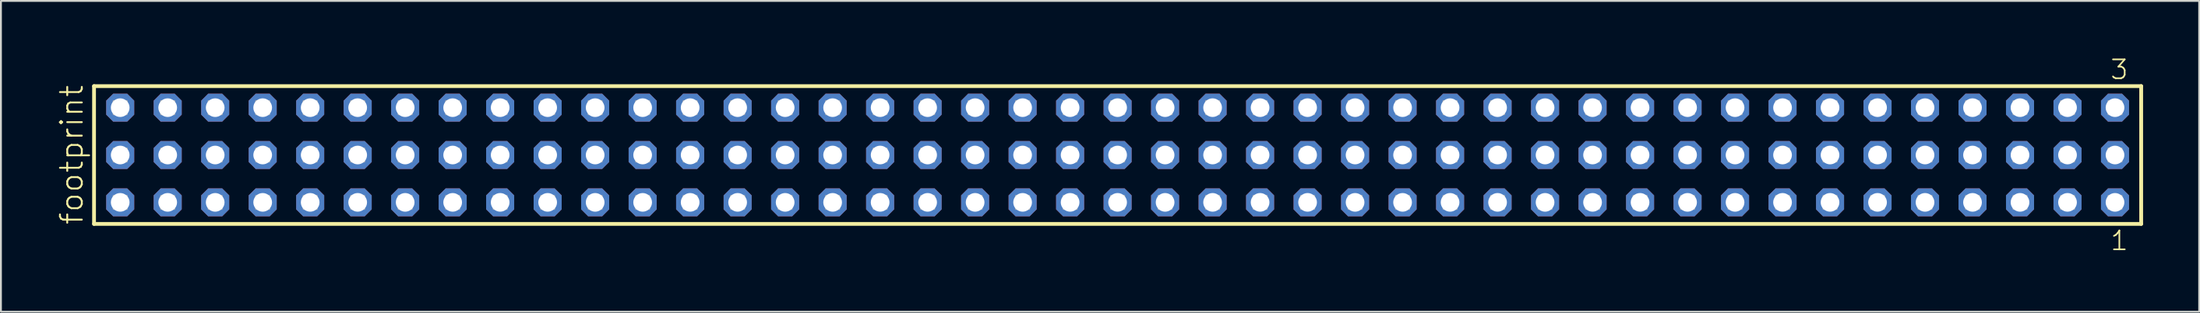
<source format=kicad_pcb>
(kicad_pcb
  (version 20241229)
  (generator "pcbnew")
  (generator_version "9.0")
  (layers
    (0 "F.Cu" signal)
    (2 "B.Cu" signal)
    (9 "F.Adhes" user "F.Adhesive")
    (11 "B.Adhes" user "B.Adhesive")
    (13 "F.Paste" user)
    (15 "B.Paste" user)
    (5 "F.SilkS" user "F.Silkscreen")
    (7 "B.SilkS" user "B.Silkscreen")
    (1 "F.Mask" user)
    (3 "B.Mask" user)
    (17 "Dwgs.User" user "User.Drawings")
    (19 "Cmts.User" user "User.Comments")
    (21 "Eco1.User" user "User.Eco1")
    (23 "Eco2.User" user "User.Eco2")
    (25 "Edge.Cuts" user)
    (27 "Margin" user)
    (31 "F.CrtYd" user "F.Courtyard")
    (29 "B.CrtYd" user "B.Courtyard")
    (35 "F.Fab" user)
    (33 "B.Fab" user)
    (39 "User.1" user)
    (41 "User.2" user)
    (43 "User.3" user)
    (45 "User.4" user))
  (footprint "footprint"
    (layer "F.Cu")
    (at 56.718 5.265)
    (property "Reference" "footprint" (at -55.245 3.81 90) (layer "F.SilkS") (effects (font (size 1.168 1.168) (thickness 0.102)) (justify left bottom)))
    (fp_line (start -54.739 -3.695) (end 54.739 -3.695) (stroke (width 0.203) (type solid)) (layer "F.SilkS"))
    (fp_line (start -54.739 3.695) (end -54.739 -3.695) (stroke (width 0.203) (type solid)) (layer "F.SilkS"))
    (fp_line (start 54.739 -3.695) (end 54.739 3.695) (stroke (width 0.203) (type solid)) (layer "F.SilkS"))
    (fp_line (start 54.739 3.695) (end -54.739 3.695) (stroke (width 0.203) (type solid)) (layer "F.SilkS"))
    (fp_poly (pts (xy -53.69 -2.19) (xy -52.99 -2.19) (xy -52.99 -2.89) (xy -53.69 -2.89)) (stroke (width 0.1) (type solid)) (fill no) (layer "F.Fab"))
    (fp_poly (pts (xy -53.69 0.35) (xy -52.99 0.35) (xy -52.99 -0.35) (xy -53.69 -0.35)) (stroke (width 0.1) (type solid)) (fill no) (layer "F.Fab"))
    (fp_poly (pts (xy -53.69 2.89) (xy -52.99 2.89) (xy -52.99 2.19) (xy -53.69 2.19)) (stroke (width 0.1) (type solid)) (fill no) (layer "F.Fab"))
    (fp_poly (pts (xy -51.15 -2.19) (xy -50.45 -2.19) (xy -50.45 -2.89) (xy -51.15 -2.89)) (stroke (width 0.1) (type solid)) (fill no) (layer "F.Fab"))
    (fp_poly (pts (xy -51.15 0.35) (xy -50.45 0.35) (xy -50.45 -0.35) (xy -51.15 -0.35)) (stroke (width 0.1) (type solid)) (fill no) (layer "F.Fab"))
    (fp_poly (pts (xy -51.15 2.89) (xy -50.45 2.89) (xy -50.45 2.19) (xy -51.15 2.19)) (stroke (width 0.1) (type solid)) (fill no) (layer "F.Fab"))
    (fp_poly (pts (xy -48.61 -2.19) (xy -47.91 -2.19) (xy -47.91 -2.89) (xy -48.61 -2.89)) (stroke (width 0.1) (type solid)) (fill no) (layer "F.Fab"))
    (fp_poly (pts (xy -48.61 0.35) (xy -47.91 0.35) (xy -47.91 -0.35) (xy -48.61 -0.35)) (stroke (width 0.1) (type solid)) (fill no) (layer "F.Fab"))
    (fp_poly (pts (xy -48.61 2.89) (xy -47.91 2.89) (xy -47.91 2.19) (xy -48.61 2.19)) (stroke (width 0.1) (type solid)) (fill no) (layer "F.Fab"))
    (fp_poly (pts (xy -46.07 -2.19) (xy -45.37 -2.19) (xy -45.37 -2.89) (xy -46.07 -2.89)) (stroke (width 0.1) (type solid)) (fill no) (layer "F.Fab"))
    (fp_poly (pts (xy -46.07 0.35) (xy -45.37 0.35) (xy -45.37 -0.35) (xy -46.07 -0.35)) (stroke (width 0.1) (type solid)) (fill no) (layer "F.Fab"))
    (fp_poly (pts (xy -46.07 2.89) (xy -45.37 2.89) (xy -45.37 2.19) (xy -46.07 2.19)) (stroke (width 0.1) (type solid)) (fill no) (layer "F.Fab"))
    (fp_poly (pts (xy -43.53 -2.19) (xy -42.83 -2.19) (xy -42.83 -2.89) (xy -43.53 -2.89)) (stroke (width 0.1) (type solid)) (fill no) (layer "F.Fab"))
    (fp_poly (pts (xy -43.53 0.35) (xy -42.83 0.35) (xy -42.83 -0.35) (xy -43.53 -0.35)) (stroke (width 0.1) (type solid)) (fill no) (layer "F.Fab"))
    (fp_poly (pts (xy -43.53 2.89) (xy -42.83 2.89) (xy -42.83 2.19) (xy -43.53 2.19)) (stroke (width 0.1) (type solid)) (fill no) (layer "F.Fab"))
    (fp_poly (pts (xy -40.99 -2.19) (xy -40.29 -2.19) (xy -40.29 -2.89) (xy -40.99 -2.89)) (stroke (width 0.1) (type solid)) (fill no) (layer "F.Fab"))
    (fp_poly (pts (xy -40.99 0.35) (xy -40.29 0.35) (xy -40.29 -0.35) (xy -40.99 -0.35)) (stroke (width 0.1) (type solid)) (fill no) (layer "F.Fab"))
    (fp_poly (pts (xy -40.99 2.89) (xy -40.29 2.89) (xy -40.29 2.19) (xy -40.99 2.19)) (stroke (width 0.1) (type solid)) (fill no) (layer "F.Fab"))
    (fp_poly (pts (xy -38.45 -2.19) (xy -37.75 -2.19) (xy -37.75 -2.89) (xy -38.45 -2.89)) (stroke (width 0.1) (type solid)) (fill no) (layer "F.Fab"))
    (fp_poly (pts (xy -38.45 0.35) (xy -37.75 0.35) (xy -37.75 -0.35) (xy -38.45 -0.35)) (stroke (width 0.1) (type solid)) (fill no) (layer "F.Fab"))
    (fp_poly (pts (xy -38.45 2.89) (xy -37.75 2.89) (xy -37.75 2.19) (xy -38.45 2.19)) (stroke (width 0.1) (type solid)) (fill no) (layer "F.Fab"))
    (fp_poly (pts (xy -35.91 -2.19) (xy -35.21 -2.19) (xy -35.21 -2.89) (xy -35.91 -2.89)) (stroke (width 0.1) (type solid)) (fill no) (layer "F.Fab"))
    (fp_poly (pts (xy -35.91 0.35) (xy -35.21 0.35) (xy -35.21 -0.35) (xy -35.91 -0.35)) (stroke (width 0.1) (type solid)) (fill no) (layer "F.Fab"))
    (fp_poly (pts (xy -35.91 2.89) (xy -35.21 2.89) (xy -35.21 2.19) (xy -35.91 2.19)) (stroke (width 0.1) (type solid)) (fill no) (layer "F.Fab"))
    (fp_poly (pts (xy -33.37 -2.19) (xy -32.67 -2.19) (xy -32.67 -2.89) (xy -33.37 -2.89)) (stroke (width 0.1) (type solid)) (fill no) (layer "F.Fab"))
    (fp_poly (pts (xy -33.37 0.35) (xy -32.67 0.35) (xy -32.67 -0.35) (xy -33.37 -0.35)) (stroke (width 0.1) (type solid)) (fill no) (layer "F.Fab"))
    (fp_poly (pts (xy -33.37 2.89) (xy -32.67 2.89) (xy -32.67 2.19) (xy -33.37 2.19)) (stroke (width 0.1) (type solid)) (fill no) (layer "F.Fab"))
    (fp_poly (pts (xy -30.83 -2.19) (xy -30.13 -2.19) (xy -30.13 -2.89) (xy -30.83 -2.89)) (stroke (width 0.1) (type solid)) (fill no) (layer "F.Fab"))
    (fp_poly (pts (xy -30.83 0.35) (xy -30.13 0.35) (xy -30.13 -0.35) (xy -30.83 -0.35)) (stroke (width 0.1) (type solid)) (fill no) (layer "F.Fab"))
    (fp_poly (pts (xy -30.83 2.89) (xy -30.13 2.89) (xy -30.13 2.19) (xy -30.83 2.19)) (stroke (width 0.1) (type solid)) (fill no) (layer "F.Fab"))
    (fp_poly (pts (xy -28.29 -2.19) (xy -27.59 -2.19) (xy -27.59 -2.89) (xy -28.29 -2.89)) (stroke (width 0.1) (type solid)) (fill no) (layer "F.Fab"))
    (fp_poly (pts (xy -28.29 0.35) (xy -27.59 0.35) (xy -27.59 -0.35) (xy -28.29 -0.35)) (stroke (width 0.1) (type solid)) (fill no) (layer "F.Fab"))
    (fp_poly (pts (xy -28.29 2.89) (xy -27.59 2.89) (xy -27.59 2.19) (xy -28.29 2.19)) (stroke (width 0.1) (type solid)) (fill no) (layer "F.Fab"))
    (fp_poly (pts (xy -25.75 -2.19) (xy -25.05 -2.19) (xy -25.05 -2.89) (xy -25.75 -2.89)) (stroke (width 0.1) (type solid)) (fill no) (layer "F.Fab"))
    (fp_poly (pts (xy -25.75 0.35) (xy -25.05 0.35) (xy -25.05 -0.35) (xy -25.75 -0.35)) (stroke (width 0.1) (type solid)) (fill no) (layer "F.Fab"))
    (fp_poly (pts (xy -25.75 2.89) (xy -25.05 2.89) (xy -25.05 2.19) (xy -25.75 2.19)) (stroke (width 0.1) (type solid)) (fill no) (layer "F.Fab"))
    (fp_poly (pts (xy -23.21 -2.19) (xy -22.51 -2.19) (xy -22.51 -2.89) (xy -23.21 -2.89)) (stroke (width 0.1) (type solid)) (fill no) (layer "F.Fab"))
    (fp_poly (pts (xy -23.21 0.35) (xy -22.51 0.35) (xy -22.51 -0.35) (xy -23.21 -0.35)) (stroke (width 0.1) (type solid)) (fill no) (layer "F.Fab"))
    (fp_poly (pts (xy -23.21 2.89) (xy -22.51 2.89) (xy -22.51 2.19) (xy -23.21 2.19)) (stroke (width 0.1) (type solid)) (fill no) (layer "F.Fab"))
    (fp_poly (pts (xy -20.67 -2.19) (xy -19.97 -2.19) (xy -19.97 -2.89) (xy -20.67 -2.89)) (stroke (width 0.1) (type solid)) (fill no) (layer "F.Fab"))
    (fp_poly (pts (xy -20.67 0.35) (xy -19.97 0.35) (xy -19.97 -0.35) (xy -20.67 -0.35)) (stroke (width 0.1) (type solid)) (fill no) (layer "F.Fab"))
    (fp_poly (pts (xy -20.67 2.89) (xy -19.97 2.89) (xy -19.97 2.19) (xy -20.67 2.19)) (stroke (width 0.1) (type solid)) (fill no) (layer "F.Fab"))
    (fp_poly (pts (xy -18.13 -2.19) (xy -17.43 -2.19) (xy -17.43 -2.89) (xy -18.13 -2.89)) (stroke (width 0.1) (type solid)) (fill no) (layer "F.Fab"))
    (fp_poly (pts (xy -18.13 0.35) (xy -17.43 0.35) (xy -17.43 -0.35) (xy -18.13 -0.35)) (stroke (width 0.1) (type solid)) (fill no) (layer "F.Fab"))
    (fp_poly (pts (xy -18.13 2.89) (xy -17.43 2.89) (xy -17.43 2.19) (xy -18.13 2.19)) (stroke (width 0.1) (type solid)) (fill no) (layer "F.Fab"))
    (fp_poly (pts (xy -15.59 -2.19) (xy -14.89 -2.19) (xy -14.89 -2.89) (xy -15.59 -2.89)) (stroke (width 0.1) (type solid)) (fill no) (layer "F.Fab"))
    (fp_poly (pts (xy -15.59 0.35) (xy -14.89 0.35) (xy -14.89 -0.35) (xy -15.59 -0.35)) (stroke (width 0.1) (type solid)) (fill no) (layer "F.Fab"))
    (fp_poly (pts (xy -15.59 2.89) (xy -14.89 2.89) (xy -14.89 2.19) (xy -15.59 2.19)) (stroke (width 0.1) (type solid)) (fill no) (layer "F.Fab"))
    (fp_poly (pts (xy -13.05 -2.19) (xy -12.35 -2.19) (xy -12.35 -2.89) (xy -13.05 -2.89)) (stroke (width 0.1) (type solid)) (fill no) (layer "F.Fab"))
    (fp_poly (pts (xy -13.05 0.35) (xy -12.35 0.35) (xy -12.35 -0.35) (xy -13.05 -0.35)) (stroke (width 0.1) (type solid)) (fill no) (layer "F.Fab"))
    (fp_poly (pts (xy -13.05 2.89) (xy -12.35 2.89) (xy -12.35 2.19) (xy -13.05 2.19)) (stroke (width 0.1) (type solid)) (fill no) (layer "F.Fab"))
    (fp_poly (pts (xy -10.51 -2.19) (xy -9.81 -2.19) (xy -9.81 -2.89) (xy -10.51 -2.89)) (stroke (width 0.1) (type solid)) (fill no) (layer "F.Fab"))
    (fp_poly (pts (xy -10.51 0.35) (xy -9.81 0.35) (xy -9.81 -0.35) (xy -10.51 -0.35)) (stroke (width 0.1) (type solid)) (fill no) (layer "F.Fab"))
    (fp_poly (pts (xy -10.51 2.89) (xy -9.81 2.89) (xy -9.81 2.19) (xy -10.51 2.19)) (stroke (width 0.1) (type solid)) (fill no) (layer "F.Fab"))
    (fp_poly (pts (xy -7.97 -2.19) (xy -7.27 -2.19) (xy -7.27 -2.89) (xy -7.97 -2.89)) (stroke (width 0.1) (type solid)) (fill no) (layer "F.Fab"))
    (fp_poly (pts (xy -7.97 0.35) (xy -7.27 0.35) (xy -7.27 -0.35) (xy -7.97 -0.35)) (stroke (width 0.1) (type solid)) (fill no) (layer "F.Fab"))
    (fp_poly (pts (xy -7.97 2.89) (xy -7.27 2.89) (xy -7.27 2.19) (xy -7.97 2.19)) (stroke (width 0.1) (type solid)) (fill no) (layer "F.Fab"))
    (fp_poly (pts (xy -5.43 -2.19) (xy -4.73 -2.19) (xy -4.73 -2.89) (xy -5.43 -2.89)) (stroke (width 0.1) (type solid)) (fill no) (layer "F.Fab"))
    (fp_poly (pts (xy -5.43 0.35) (xy -4.73 0.35) (xy -4.73 -0.35) (xy -5.43 -0.35)) (stroke (width 0.1) (type solid)) (fill no) (layer "F.Fab"))
    (fp_poly (pts (xy -5.43 2.89) (xy -4.73 2.89) (xy -4.73 2.19) (xy -5.43 2.19)) (stroke (width 0.1) (type solid)) (fill no) (layer "F.Fab"))
    (fp_poly (pts (xy -2.89 -2.19) (xy -2.19 -2.19) (xy -2.19 -2.89) (xy -2.89 -2.89)) (stroke (width 0.1) (type solid)) (fill no) (layer "F.Fab"))
    (fp_poly (pts (xy -2.89 0.35) (xy -2.19 0.35) (xy -2.19 -0.35) (xy -2.89 -0.35)) (stroke (width 0.1) (type solid)) (fill no) (layer "F.Fab"))
    (fp_poly (pts (xy -2.89 2.89) (xy -2.19 2.89) (xy -2.19 2.19) (xy -2.89 2.19)) (stroke (width 0.1) (type solid)) (fill no) (layer "F.Fab"))
    (fp_poly (pts (xy -0.35 -2.19) (xy 0.35 -2.19) (xy 0.35 -2.89) (xy -0.35 -2.89)) (stroke (width 0.1) (type solid)) (fill no) (layer "F.Fab"))
    (fp_poly (pts (xy -0.35 0.35) (xy 0.35 0.35) (xy 0.35 -0.35) (xy -0.35 -0.35)) (stroke (width 0.1) (type solid)) (fill no) (layer "F.Fab"))
    (fp_poly (pts (xy -0.35 2.89) (xy 0.35 2.89) (xy 0.35 2.19) (xy -0.35 2.19)) (stroke (width 0.1) (type solid)) (fill no) (layer "F.Fab"))
    (fp_poly (pts (xy 2.19 -2.19) (xy 2.89 -2.19) (xy 2.89 -2.89) (xy 2.19 -2.89)) (stroke (width 0.1) (type solid)) (fill no) (layer "F.Fab"))
    (fp_poly (pts (xy 2.19 0.35) (xy 2.89 0.35) (xy 2.89 -0.35) (xy 2.19 -0.35)) (stroke (width 0.1) (type solid)) (fill no) (layer "F.Fab"))
    (fp_poly (pts (xy 2.19 2.89) (xy 2.89 2.89) (xy 2.89 2.19) (xy 2.19 2.19)) (stroke (width 0.1) (type solid)) (fill no) (layer "F.Fab"))
    (fp_poly (pts (xy 4.73 -2.19) (xy 5.43 -2.19) (xy 5.43 -2.89) (xy 4.73 -2.89)) (stroke (width 0.1) (type solid)) (fill no) (layer "F.Fab"))
    (fp_poly (pts (xy 4.73 0.35) (xy 5.43 0.35) (xy 5.43 -0.35) (xy 4.73 -0.35)) (stroke (width 0.1) (type solid)) (fill no) (layer "F.Fab"))
    (fp_poly (pts (xy 4.73 2.89) (xy 5.43 2.89) (xy 5.43 2.19) (xy 4.73 2.19)) (stroke (width 0.1) (type solid)) (fill no) (layer "F.Fab"))
    (fp_poly (pts (xy 7.27 -2.19) (xy 7.97 -2.19) (xy 7.97 -2.89) (xy 7.27 -2.89)) (stroke (width 0.1) (type solid)) (fill no) (layer "F.Fab"))
    (fp_poly (pts (xy 7.27 0.35) (xy 7.97 0.35) (xy 7.97 -0.35) (xy 7.27 -0.35)) (stroke (width 0.1) (type solid)) (fill no) (layer "F.Fab"))
    (fp_poly (pts (xy 7.27 2.89) (xy 7.97 2.89) (xy 7.97 2.19) (xy 7.27 2.19)) (stroke (width 0.1) (type solid)) (fill no) (layer "F.Fab"))
    (fp_poly (pts (xy 9.81 -2.19) (xy 10.51 -2.19) (xy 10.51 -2.89) (xy 9.81 -2.89)) (stroke (width 0.1) (type solid)) (fill no) (layer "F.Fab"))
    (fp_poly (pts (xy 9.81 0.35) (xy 10.51 0.35) (xy 10.51 -0.35) (xy 9.81 -0.35)) (stroke (width 0.1) (type solid)) (fill no) (layer "F.Fab"))
    (fp_poly (pts (xy 9.81 2.89) (xy 10.51 2.89) (xy 10.51 2.19) (xy 9.81 2.19)) (stroke (width 0.1) (type solid)) (fill no) (layer "F.Fab"))
    (fp_poly (pts (xy 12.35 -2.19) (xy 13.05 -2.19) (xy 13.05 -2.89) (xy 12.35 -2.89)) (stroke (width 0.1) (type solid)) (fill no) (layer "F.Fab"))
    (fp_poly (pts (xy 12.35 0.35) (xy 13.05 0.35) (xy 13.05 -0.35) (xy 12.35 -0.35)) (stroke (width 0.1) (type solid)) (fill no) (layer "F.Fab"))
    (fp_poly (pts (xy 12.35 2.89) (xy 13.05 2.89) (xy 13.05 2.19) (xy 12.35 2.19)) (stroke (width 0.1) (type solid)) (fill no) (layer "F.Fab"))
    (fp_poly (pts (xy 14.89 -2.19) (xy 15.59 -2.19) (xy 15.59 -2.89) (xy 14.89 -2.89)) (stroke (width 0.1) (type solid)) (fill no) (layer "F.Fab"))
    (fp_poly (pts (xy 14.89 0.35) (xy 15.59 0.35) (xy 15.59 -0.35) (xy 14.89 -0.35)) (stroke (width 0.1) (type solid)) (fill no) (layer "F.Fab"))
    (fp_poly (pts (xy 14.89 2.89) (xy 15.59 2.89) (xy 15.59 2.19) (xy 14.89 2.19)) (stroke (width 0.1) (type solid)) (fill no) (layer "F.Fab"))
    (fp_poly (pts (xy 17.43 -2.19) (xy 18.13 -2.19) (xy 18.13 -2.89) (xy 17.43 -2.89)) (stroke (width 0.1) (type solid)) (fill no) (layer "F.Fab"))
    (fp_poly (pts (xy 17.43 0.35) (xy 18.13 0.35) (xy 18.13 -0.35) (xy 17.43 -0.35)) (stroke (width 0.1) (type solid)) (fill no) (layer "F.Fab"))
    (fp_poly (pts (xy 17.43 2.89) (xy 18.13 2.89) (xy 18.13 2.19) (xy 17.43 2.19)) (stroke (width 0.1) (type solid)) (fill no) (layer "F.Fab"))
    (fp_poly (pts (xy 19.97 -2.19) (xy 20.67 -2.19) (xy 20.67 -2.89) (xy 19.97 -2.89)) (stroke (width 0.1) (type solid)) (fill no) (layer "F.Fab"))
    (fp_poly (pts (xy 19.97 0.35) (xy 20.67 0.35) (xy 20.67 -0.35) (xy 19.97 -0.35)) (stroke (width 0.1) (type solid)) (fill no) (layer "F.Fab"))
    (fp_poly (pts (xy 19.97 2.89) (xy 20.67 2.89) (xy 20.67 2.19) (xy 19.97 2.19)) (stroke (width 0.1) (type solid)) (fill no) (layer "F.Fab"))
    (fp_poly (pts (xy 22.51 -2.19) (xy 23.21 -2.19) (xy 23.21 -2.89) (xy 22.51 -2.89)) (stroke (width 0.1) (type solid)) (fill no) (layer "F.Fab"))
    (fp_poly (pts (xy 22.51 0.35) (xy 23.21 0.35) (xy 23.21 -0.35) (xy 22.51 -0.35)) (stroke (width 0.1) (type solid)) (fill no) (layer "F.Fab"))
    (fp_poly (pts (xy 22.51 2.89) (xy 23.21 2.89) (xy 23.21 2.19) (xy 22.51 2.19)) (stroke (width 0.1) (type solid)) (fill no) (layer "F.Fab"))
    (fp_poly (pts (xy 25.05 -2.19) (xy 25.75 -2.19) (xy 25.75 -2.89) (xy 25.05 -2.89)) (stroke (width 0.1) (type solid)) (fill no) (layer "F.Fab"))
    (fp_poly (pts (xy 25.05 0.35) (xy 25.75 0.35) (xy 25.75 -0.35) (xy 25.05 -0.35)) (stroke (width 0.1) (type solid)) (fill no) (layer "F.Fab"))
    (fp_poly (pts (xy 25.05 2.89) (xy 25.75 2.89) (xy 25.75 2.19) (xy 25.05 2.19)) (stroke (width 0.1) (type solid)) (fill no) (layer "F.Fab"))
    (fp_poly (pts (xy 27.59 -2.19) (xy 28.29 -2.19) (xy 28.29 -2.89) (xy 27.59 -2.89)) (stroke (width 0.1) (type solid)) (fill no) (layer "F.Fab"))
    (fp_poly (pts (xy 27.59 0.35) (xy 28.29 0.35) (xy 28.29 -0.35) (xy 27.59 -0.35)) (stroke (width 0.1) (type solid)) (fill no) (layer "F.Fab"))
    (fp_poly (pts (xy 27.59 2.89) (xy 28.29 2.89) (xy 28.29 2.19) (xy 27.59 2.19)) (stroke (width 0.1) (type solid)) (fill no) (layer "F.Fab"))
    (fp_poly (pts (xy 30.13 -2.19) (xy 30.83 -2.19) (xy 30.83 -2.89) (xy 30.13 -2.89)) (stroke (width 0.1) (type solid)) (fill no) (layer "F.Fab"))
    (fp_poly (pts (xy 30.13 0.35) (xy 30.83 0.35) (xy 30.83 -0.35) (xy 30.13 -0.35)) (stroke (width 0.1) (type solid)) (fill no) (layer "F.Fab"))
    (fp_poly (pts (xy 30.13 2.89) (xy 30.83 2.89) (xy 30.83 2.19) (xy 30.13 2.19)) (stroke (width 0.1) (type solid)) (fill no) (layer "F.Fab"))
    (fp_poly (pts (xy 32.67 -2.19) (xy 33.37 -2.19) (xy 33.37 -2.89) (xy 32.67 -2.89)) (stroke (width 0.1) (type solid)) (fill no) (layer "F.Fab"))
    (fp_poly (pts (xy 32.67 0.35) (xy 33.37 0.35) (xy 33.37 -0.35) (xy 32.67 -0.35)) (stroke (width 0.1) (type solid)) (fill no) (layer "F.Fab"))
    (fp_poly (pts (xy 32.67 2.89) (xy 33.37 2.89) (xy 33.37 2.19) (xy 32.67 2.19)) (stroke (width 0.1) (type solid)) (fill no) (layer "F.Fab"))
    (fp_poly (pts (xy 35.21 -2.19) (xy 35.91 -2.19) (xy 35.91 -2.89) (xy 35.21 -2.89)) (stroke (width 0.1) (type solid)) (fill no) (layer "F.Fab"))
    (fp_poly (pts (xy 35.21 0.35) (xy 35.91 0.35) (xy 35.91 -0.35) (xy 35.21 -0.35)) (stroke (width 0.1) (type solid)) (fill no) (layer "F.Fab"))
    (fp_poly (pts (xy 35.21 2.89) (xy 35.91 2.89) (xy 35.91 2.19) (xy 35.21 2.19)) (stroke (width 0.1) (type solid)) (fill no) (layer "F.Fab"))
    (fp_poly (pts (xy 37.75 -2.19) (xy 38.45 -2.19) (xy 38.45 -2.89) (xy 37.75 -2.89)) (stroke (width 0.1) (type solid)) (fill no) (layer "F.Fab"))
    (fp_poly (pts (xy 37.75 0.35) (xy 38.45 0.35) (xy 38.45 -0.35) (xy 37.75 -0.35)) (stroke (width 0.1) (type solid)) (fill no) (layer "F.Fab"))
    (fp_poly (pts (xy 37.75 2.89) (xy 38.45 2.89) (xy 38.45 2.19) (xy 37.75 2.19)) (stroke (width 0.1) (type solid)) (fill no) (layer "F.Fab"))
    (fp_poly (pts (xy 40.29 -2.19) (xy 40.99 -2.19) (xy 40.99 -2.89) (xy 40.29 -2.89)) (stroke (width 0.1) (type solid)) (fill no) (layer "F.Fab"))
    (fp_poly (pts (xy 40.29 0.35) (xy 40.99 0.35) (xy 40.99 -0.35) (xy 40.29 -0.35)) (stroke (width 0.1) (type solid)) (fill no) (layer "F.Fab"))
    (fp_poly (pts (xy 40.29 2.89) (xy 40.99 2.89) (xy 40.99 2.19) (xy 40.29 2.19)) (stroke (width 0.1) (type solid)) (fill no) (layer "F.Fab"))
    (fp_poly (pts (xy 42.83 -2.19) (xy 43.53 -2.19) (xy 43.53 -2.89) (xy 42.83 -2.89)) (stroke (width 0.1) (type solid)) (fill no) (layer "F.Fab"))
    (fp_poly (pts (xy 42.83 0.35) (xy 43.53 0.35) (xy 43.53 -0.35) (xy 42.83 -0.35)) (stroke (width 0.1) (type solid)) (fill no) (layer "F.Fab"))
    (fp_poly (pts (xy 42.83 2.89) (xy 43.53 2.89) (xy 43.53 2.19) (xy 42.83 2.19)) (stroke (width 0.1) (type solid)) (fill no) (layer "F.Fab"))
    (fp_poly (pts (xy 45.37 -2.19) (xy 46.07 -2.19) (xy 46.07 -2.89) (xy 45.37 -2.89)) (stroke (width 0.1) (type solid)) (fill no) (layer "F.Fab"))
    (fp_poly (pts (xy 45.37 0.35) (xy 46.07 0.35) (xy 46.07 -0.35) (xy 45.37 -0.35)) (stroke (width 0.1) (type solid)) (fill no) (layer "F.Fab"))
    (fp_poly (pts (xy 45.37 2.89) (xy 46.07 2.89) (xy 46.07 2.19) (xy 45.37 2.19)) (stroke (width 0.1) (type solid)) (fill no) (layer "F.Fab"))
    (fp_poly (pts (xy 47.91 -2.19) (xy 48.61 -2.19) (xy 48.61 -2.89) (xy 47.91 -2.89)) (stroke (width 0.1) (type solid)) (fill no) (layer "F.Fab"))
    (fp_poly (pts (xy 47.91 0.35) (xy 48.61 0.35) (xy 48.61 -0.35) (xy 47.91 -0.35)) (stroke (width 0.1) (type solid)) (fill no) (layer "F.Fab"))
    (fp_poly (pts (xy 47.91 2.89) (xy 48.61 2.89) (xy 48.61 2.19) (xy 47.91 2.19)) (stroke (width 0.1) (type solid)) (fill no) (layer "F.Fab"))
    (fp_poly (pts (xy 50.45 -2.19) (xy 51.15 -2.19) (xy 51.15 -2.89) (xy 50.45 -2.89)) (stroke (width 0.1) (type solid)) (fill no) (layer "F.Fab"))
    (fp_poly (pts (xy 50.45 0.35) (xy 51.15 0.35) (xy 51.15 -0.35) (xy 50.45 -0.35)) (stroke (width 0.1) (type solid)) (fill no) (layer "F.Fab"))
    (fp_poly (pts (xy 50.45 2.89) (xy 51.15 2.89) (xy 51.15 2.19) (xy 50.45 2.19)) (stroke (width 0.1) (type solid)) (fill no) (layer "F.Fab"))
    (fp_poly (pts (xy 52.99 -2.19) (xy 53.69 -2.19) (xy 53.69 -2.89) (xy 52.99 -2.89)) (stroke (width 0.1) (type solid)) (fill no) (layer "F.Fab"))
    (fp_poly (pts (xy 52.99 0.35) (xy 53.69 0.35) (xy 53.69 -0.35) (xy 52.99 -0.35)) (stroke (width 0.1) (type solid)) (fill no) (layer "F.Fab"))
    (fp_poly (pts (xy 52.99 2.89) (xy 53.69 2.89) (xy 53.69 2.19) (xy 52.99 2.19)) (stroke (width 0.1) (type solid)) (fill no) (layer "F.Fab"))
    (fp_text user "1" (at 53.032 5.188 0) (layer "F.SilkS") (effects (font (size 1.012 1.012) (thickness 0.088)) (justify left bottom)))
    (fp_text user "3" (at 53.028 -3.989 0) (layer "F.SilkS") (effects (font (size 1.012 1.012) (thickness 0.088)) (justify left bottom)))
    (pad "1" thru_hole roundrect (at 53.34 2.54 180) (size 1.5 1.5) (drill 1) (layers "*.Cu" "*.Mask") (roundrect_rratio 0.25) (chamfer_ratio 0.25) (chamfer top_left top_right bottom_left bottom_right))
    (pad "2" thru_hole roundrect (at 53.34 0 180) (size 1.5 1.5) (drill 1) (layers "*.Cu" "*.Mask") (roundrect_rratio 0.25) (chamfer_ratio 0.25) (chamfer top_left top_right bottom_left bottom_right))
    (pad "3" thru_hole roundrect (at 53.34 -2.54 180) (size 1.5 1.5) (drill 1) (layers "*.Cu" "*.Mask") (roundrect_rratio 0.25) (chamfer_ratio 0.25) (chamfer top_left top_right bottom_left bottom_right))
    (pad "4" thru_hole roundrect (at 50.8 2.54 180) (size 1.5 1.5) (drill 1) (layers "*.Cu" "*.Mask") (roundrect_rratio 0.25) (chamfer_ratio 0.25) (chamfer top_left top_right bottom_left bottom_right))
    (pad "5" thru_hole roundrect (at 50.8 0 180) (size 1.5 1.5) (drill 1) (layers "*.Cu" "*.Mask") (roundrect_rratio 0.25) (chamfer_ratio 0.25) (chamfer top_left top_right bottom_left bottom_right))
    (pad "6" thru_hole roundrect (at 50.8 -2.54 180) (size 1.5 1.5) (drill 1) (layers "*.Cu" "*.Mask") (roundrect_rratio 0.25) (chamfer_ratio 0.25) (chamfer top_left top_right bottom_left bottom_right))
    (pad "7" thru_hole roundrect (at 48.26 2.54 180) (size 1.5 1.5) (drill 1) (layers "*.Cu" "*.Mask") (roundrect_rratio 0.25) (chamfer_ratio 0.25) (chamfer top_left top_right bottom_left bottom_right))
    (pad "8" thru_hole roundrect (at 48.26 0 180) (size 1.5 1.5) (drill 1) (layers "*.Cu" "*.Mask") (roundrect_rratio 0.25) (chamfer_ratio 0.25) (chamfer top_left top_right bottom_left bottom_right))
    (pad "9" thru_hole roundrect (at 48.26 -2.54 180) (size 1.5 1.5) (drill 1) (layers "*.Cu" "*.Mask") (roundrect_rratio 0.25) (chamfer_ratio 0.25) (chamfer top_left top_right bottom_left bottom_right))
    (pad "10" thru_hole roundrect (at 45.72 2.54 180) (size 1.5 1.5) (drill 1) (layers "*.Cu" "*.Mask") (roundrect_rratio 0.25) (chamfer_ratio 0.25) (chamfer top_left top_right bottom_left bottom_right))
    (pad "11" thru_hole roundrect (at 45.72 0 180) (size 1.5 1.5) (drill 1) (layers "*.Cu" "*.Mask") (roundrect_rratio 0.25) (chamfer_ratio 0.25) (chamfer top_left top_right bottom_left bottom_right))
    (pad "12" thru_hole roundrect (at 45.72 -2.54 180) (size 1.5 1.5) (drill 1) (layers "*.Cu" "*.Mask") (roundrect_rratio 0.25) (chamfer_ratio 0.25) (chamfer top_left top_right bottom_left bottom_right))
    (pad "13" thru_hole roundrect (at 43.18 2.54 180) (size 1.5 1.5) (drill 1) (layers "*.Cu" "*.Mask") (roundrect_rratio 0.25) (chamfer_ratio 0.25) (chamfer top_left top_right bottom_left bottom_right))
    (pad "14" thru_hole roundrect (at 43.18 0 180) (size 1.5 1.5) (drill 1) (layers "*.Cu" "*.Mask") (roundrect_rratio 0.25) (chamfer_ratio 0.25) (chamfer top_left top_right bottom_left bottom_right))
    (pad "15" thru_hole roundrect (at 43.18 -2.54 180) (size 1.5 1.5) (drill 1) (layers "*.Cu" "*.Mask") (roundrect_rratio 0.25) (chamfer_ratio 0.25) (chamfer top_left top_right bottom_left bottom_right))
    (pad "16" thru_hole roundrect (at 40.64 2.54 180) (size 1.5 1.5) (drill 1) (layers "*.Cu" "*.Mask") (roundrect_rratio 0.25) (chamfer_ratio 0.25) (chamfer top_left top_right bottom_left bottom_right))
    (pad "17" thru_hole roundrect (at 40.64 0 180) (size 1.5 1.5) (drill 1) (layers "*.Cu" "*.Mask") (roundrect_rratio 0.25) (chamfer_ratio 0.25) (chamfer top_left top_right bottom_left bottom_right))
    (pad "18" thru_hole roundrect (at 40.64 -2.54 180) (size 1.5 1.5) (drill 1) (layers "*.Cu" "*.Mask") (roundrect_rratio 0.25) (chamfer_ratio 0.25) (chamfer top_left top_right bottom_left bottom_right))
    (pad "19" thru_hole roundrect (at 38.1 2.54 180) (size 1.5 1.5) (drill 1) (layers "*.Cu" "*.Mask") (roundrect_rratio 0.25) (chamfer_ratio 0.25) (chamfer top_left top_right bottom_left bottom_right))
    (pad "20" thru_hole roundrect (at 38.1 0 180) (size 1.5 1.5) (drill 1) (layers "*.Cu" "*.Mask") (roundrect_rratio 0.25) (chamfer_ratio 0.25) (chamfer top_left top_right bottom_left bottom_right))
    (pad "21" thru_hole roundrect (at 38.1 -2.54 180) (size 1.5 1.5) (drill 1) (layers "*.Cu" "*.Mask") (roundrect_rratio 0.25) (chamfer_ratio 0.25) (chamfer top_left top_right bottom_left bottom_right))
    (pad "22" thru_hole roundrect (at 35.56 2.54 180) (size 1.5 1.5) (drill 1) (layers "*.Cu" "*.Mask") (roundrect_rratio 0.25) (chamfer_ratio 0.25) (chamfer top_left top_right bottom_left bottom_right))
    (pad "23" thru_hole roundrect (at 35.56 0 180) (size 1.5 1.5) (drill 1) (layers "*.Cu" "*.Mask") (roundrect_rratio 0.25) (chamfer_ratio 0.25) (chamfer top_left top_right bottom_left bottom_right))
    (pad "24" thru_hole roundrect (at 35.56 -2.54 180) (size 1.5 1.5) (drill 1) (layers "*.Cu" "*.Mask") (roundrect_rratio 0.25) (chamfer_ratio 0.25) (chamfer top_left top_right bottom_left bottom_right))
    (pad "25" thru_hole roundrect (at 33.02 2.54 180) (size 1.5 1.5) (drill 1) (layers "*.Cu" "*.Mask") (roundrect_rratio 0.25) (chamfer_ratio 0.25) (chamfer top_left top_right bottom_left bottom_right))
    (pad "26" thru_hole roundrect (at 33.02 0 180) (size 1.5 1.5) (drill 1) (layers "*.Cu" "*.Mask") (roundrect_rratio 0.25) (chamfer_ratio 0.25) (chamfer top_left top_right bottom_left bottom_right))
    (pad "27" thru_hole roundrect (at 33.02 -2.54 180) (size 1.5 1.5) (drill 1) (layers "*.Cu" "*.Mask") (roundrect_rratio 0.25) (chamfer_ratio 0.25) (chamfer top_left top_right bottom_left bottom_right))
    (pad "28" thru_hole roundrect (at 30.48 2.54 180) (size 1.5 1.5) (drill 1) (layers "*.Cu" "*.Mask") (roundrect_rratio 0.25) (chamfer_ratio 0.25) (chamfer top_left top_right bottom_left bottom_right))
    (pad "29" thru_hole roundrect (at 30.48 0 180) (size 1.5 1.5) (drill 1) (layers "*.Cu" "*.Mask") (roundrect_rratio 0.25) (chamfer_ratio 0.25) (chamfer top_left top_right bottom_left bottom_right))
    (pad "30" thru_hole roundrect (at 30.48 -2.54 180) (size 1.5 1.5) (drill 1) (layers "*.Cu" "*.Mask") (roundrect_rratio 0.25) (chamfer_ratio 0.25) (chamfer top_left top_right bottom_left bottom_right))
    (pad "31" thru_hole roundrect (at 27.94 2.54 180) (size 1.5 1.5) (drill 1) (layers "*.Cu" "*.Mask") (roundrect_rratio 0.25) (chamfer_ratio 0.25) (chamfer top_left top_right bottom_left bottom_right))
    (pad "32" thru_hole roundrect (at 27.94 0 180) (size 1.5 1.5) (drill 1) (layers "*.Cu" "*.Mask") (roundrect_rratio 0.25) (chamfer_ratio 0.25) (chamfer top_left top_right bottom_left bottom_right))
    (pad "33" thru_hole roundrect (at 27.94 -2.54 180) (size 1.5 1.5) (drill 1) (layers "*.Cu" "*.Mask") (roundrect_rratio 0.25) (chamfer_ratio 0.25) (chamfer top_left top_right bottom_left bottom_right))
    (pad "34" thru_hole roundrect (at 25.4 2.54 180) (size 1.5 1.5) (drill 1) (layers "*.Cu" "*.Mask") (roundrect_rratio 0.25) (chamfer_ratio 0.25) (chamfer top_left top_right bottom_left bottom_right))
    (pad "35" thru_hole roundrect (at 25.4 0 180) (size 1.5 1.5) (drill 1) (layers "*.Cu" "*.Mask") (roundrect_rratio 0.25) (chamfer_ratio 0.25) (chamfer top_left top_right bottom_left bottom_right))
    (pad "36" thru_hole roundrect (at 25.4 -2.54 180) (size 1.5 1.5) (drill 1) (layers "*.Cu" "*.Mask") (roundrect_rratio 0.25) (chamfer_ratio 0.25) (chamfer top_left top_right bottom_left bottom_right))
    (pad "37" thru_hole roundrect (at 22.86 2.54 180) (size 1.5 1.5) (drill 1) (layers "*.Cu" "*.Mask") (roundrect_rratio 0.25) (chamfer_ratio 0.25) (chamfer top_left top_right bottom_left bottom_right))
    (pad "38" thru_hole roundrect (at 22.86 0 180) (size 1.5 1.5) (drill 1) (layers "*.Cu" "*.Mask") (roundrect_rratio 0.25) (chamfer_ratio 0.25) (chamfer top_left top_right bottom_left bottom_right))
    (pad "39" thru_hole roundrect (at 22.86 -2.54 180) (size 1.5 1.5) (drill 1) (layers "*.Cu" "*.Mask") (roundrect_rratio 0.25) (chamfer_ratio 0.25) (chamfer top_left top_right bottom_left bottom_right))
    (pad "40" thru_hole roundrect (at 20.32 2.54 180) (size 1.5 1.5) (drill 1) (layers "*.Cu" "*.Mask") (roundrect_rratio 0.25) (chamfer_ratio 0.25) (chamfer top_left top_right bottom_left bottom_right))
    (pad "41" thru_hole roundrect (at 20.32 0 180) (size 1.5 1.5) (drill 1) (layers "*.Cu" "*.Mask") (roundrect_rratio 0.25) (chamfer_ratio 0.25) (chamfer top_left top_right bottom_left bottom_right))
    (pad "42" thru_hole roundrect (at 20.32 -2.54 180) (size 1.5 1.5) (drill 1) (layers "*.Cu" "*.Mask") (roundrect_rratio 0.25) (chamfer_ratio 0.25) (chamfer top_left top_right bottom_left bottom_right))
    (pad "43" thru_hole roundrect (at 17.78 2.54 180) (size 1.5 1.5) (drill 1) (layers "*.Cu" "*.Mask") (roundrect_rratio 0.25) (chamfer_ratio 0.25) (chamfer top_left top_right bottom_left bottom_right))
    (pad "44" thru_hole roundrect (at 17.78 0 180) (size 1.5 1.5) (drill 1) (layers "*.Cu" "*.Mask") (roundrect_rratio 0.25) (chamfer_ratio 0.25) (chamfer top_left top_right bottom_left bottom_right))
    (pad "45" thru_hole roundrect (at 17.78 -2.54 180) (size 1.5 1.5) (drill 1) (layers "*.Cu" "*.Mask") (roundrect_rratio 0.25) (chamfer_ratio 0.25) (chamfer top_left top_right bottom_left bottom_right))
    (pad "46" thru_hole roundrect (at 15.24 2.54 180) (size 1.5 1.5) (drill 1) (layers "*.Cu" "*.Mask") (roundrect_rratio 0.25) (chamfer_ratio 0.25) (chamfer top_left top_right bottom_left bottom_right))
    (pad "47" thru_hole roundrect (at 15.24 0 180) (size 1.5 1.5) (drill 1) (layers "*.Cu" "*.Mask") (roundrect_rratio 0.25) (chamfer_ratio 0.25) (chamfer top_left top_right bottom_left bottom_right))
    (pad "48" thru_hole roundrect (at 15.24 -2.54 180) (size 1.5 1.5) (drill 1) (layers "*.Cu" "*.Mask") (roundrect_rratio 0.25) (chamfer_ratio 0.25) (chamfer top_left top_right bottom_left bottom_right))
    (pad "49" thru_hole roundrect (at 12.7 2.54 180) (size 1.5 1.5) (drill 1) (layers "*.Cu" "*.Mask") (roundrect_rratio 0.25) (chamfer_ratio 0.25) (chamfer top_left top_right bottom_left bottom_right))
    (pad "50" thru_hole roundrect (at 12.7 0 180) (size 1.5 1.5) (drill 1) (layers "*.Cu" "*.Mask") (roundrect_rratio 0.25) (chamfer_ratio 0.25) (chamfer top_left top_right bottom_left bottom_right))
    (pad "51" thru_hole roundrect (at 12.7 -2.54 180) (size 1.5 1.5) (drill 1) (layers "*.Cu" "*.Mask") (roundrect_rratio 0.25) (chamfer_ratio 0.25) (chamfer top_left top_right bottom_left bottom_right))
    (pad "52" thru_hole roundrect (at 10.16 2.54 180) (size 1.5 1.5) (drill 1) (layers "*.Cu" "*.Mask") (roundrect_rratio 0.25) (chamfer_ratio 0.25) (chamfer top_left top_right bottom_left bottom_right))
    (pad "53" thru_hole roundrect (at 10.16 0 180) (size 1.5 1.5) (drill 1) (layers "*.Cu" "*.Mask") (roundrect_rratio 0.25) (chamfer_ratio 0.25) (chamfer top_left top_right bottom_left bottom_right))
    (pad "54" thru_hole roundrect (at 10.16 -2.54 180) (size 1.5 1.5) (drill 1) (layers "*.Cu" "*.Mask") (roundrect_rratio 0.25) (chamfer_ratio 0.25) (chamfer top_left top_right bottom_left bottom_right))
    (pad "55" thru_hole roundrect (at 7.62 2.54 180) (size 1.5 1.5) (drill 1) (layers "*.Cu" "*.Mask") (roundrect_rratio 0.25) (chamfer_ratio 0.25) (chamfer top_left top_right bottom_left bottom_right))
    (pad "56" thru_hole roundrect (at 7.62 0 180) (size 1.5 1.5) (drill 1) (layers "*.Cu" "*.Mask") (roundrect_rratio 0.25) (chamfer_ratio 0.25) (chamfer top_left top_right bottom_left bottom_right))
    (pad "57" thru_hole roundrect (at 7.62 -2.54 180) (size 1.5 1.5) (drill 1) (layers "*.Cu" "*.Mask") (roundrect_rratio 0.25) (chamfer_ratio 0.25) (chamfer top_left top_right bottom_left bottom_right))
    (pad "58" thru_hole roundrect (at 5.08 2.54 180) (size 1.5 1.5) (drill 1) (layers "*.Cu" "*.Mask") (roundrect_rratio 0.25) (chamfer_ratio 0.25) (chamfer top_left top_right bottom_left bottom_right))
    (pad "59" thru_hole roundrect (at 5.08 0 180) (size 1.5 1.5) (drill 1) (layers "*.Cu" "*.Mask") (roundrect_rratio 0.25) (chamfer_ratio 0.25) (chamfer top_left top_right bottom_left bottom_right))
    (pad "60" thru_hole roundrect (at 5.08 -2.54 180) (size 1.5 1.5) (drill 1) (layers "*.Cu" "*.Mask") (roundrect_rratio 0.25) (chamfer_ratio 0.25) (chamfer top_left top_right bottom_left bottom_right))
    (pad "61" thru_hole roundrect (at 2.54 2.54 180) (size 1.5 1.5) (drill 1) (layers "*.Cu" "*.Mask") (roundrect_rratio 0.25) (chamfer_ratio 0.25) (chamfer top_left top_right bottom_left bottom_right))
    (pad "62" thru_hole roundrect (at 2.54 0 180) (size 1.5 1.5) (drill 1) (layers "*.Cu" "*.Mask") (roundrect_rratio 0.25) (chamfer_ratio 0.25) (chamfer top_left top_right bottom_left bottom_right))
    (pad "63" thru_hole roundrect (at 2.54 -2.54 180) (size 1.5 1.5) (drill 1) (layers "*.Cu" "*.Mask") (roundrect_rratio 0.25) (chamfer_ratio 0.25) (chamfer top_left top_right bottom_left bottom_right))
    (pad "64" thru_hole roundrect (at 0 2.54 180) (size 1.5 1.5) (drill 1) (layers "*.Cu" "*.Mask") (roundrect_rratio 0.25) (chamfer_ratio 0.25) (chamfer top_left top_right bottom_left bottom_right))
    (pad "65" thru_hole roundrect (at 0 0 180) (size 1.5 1.5) (drill 1) (layers "*.Cu" "*.Mask") (roundrect_rratio 0.25) (chamfer_ratio 0.25) (chamfer top_left top_right bottom_left bottom_right))
    (pad "66" thru_hole roundrect (at 0 -2.54 180) (size 1.5 1.5) (drill 1) (layers "*.Cu" "*.Mask") (roundrect_rratio 0.25) (chamfer_ratio 0.25) (chamfer top_left top_right bottom_left bottom_right))
    (pad "67" thru_hole roundrect (at -2.54 2.54 180) (size 1.5 1.5) (drill 1) (layers "*.Cu" "*.Mask") (roundrect_rratio 0.25) (chamfer_ratio 0.25) (chamfer top_left top_right bottom_left bottom_right))
    (pad "68" thru_hole roundrect (at -2.54 0 180) (size 1.5 1.5) (drill 1) (layers "*.Cu" "*.Mask") (roundrect_rratio 0.25) (chamfer_ratio 0.25) (chamfer top_left top_right bottom_left bottom_right))
    (pad "69" thru_hole roundrect (at -2.54 -2.54 180) (size 1.5 1.5) (drill 1) (layers "*.Cu" "*.Mask") (roundrect_rratio 0.25) (chamfer_ratio 0.25) (chamfer top_left top_right bottom_left bottom_right))
    (pad "70" thru_hole roundrect (at -5.08 2.54 180) (size 1.5 1.5) (drill 1) (layers "*.Cu" "*.Mask") (roundrect_rratio 0.25) (chamfer_ratio 0.25) (chamfer top_left top_right bottom_left bottom_right))
    (pad "71" thru_hole roundrect (at -5.08 0 180) (size 1.5 1.5) (drill 1) (layers "*.Cu" "*.Mask") (roundrect_rratio 0.25) (chamfer_ratio 0.25) (chamfer top_left top_right bottom_left bottom_right))
    (pad "72" thru_hole roundrect (at -5.08 -2.54 180) (size 1.5 1.5) (drill 1) (layers "*.Cu" "*.Mask") (roundrect_rratio 0.25) (chamfer_ratio 0.25) (chamfer top_left top_right bottom_left bottom_right))
    (pad "73" thru_hole roundrect (at -7.62 2.54 180) (size 1.5 1.5) (drill 1) (layers "*.Cu" "*.Mask") (roundrect_rratio 0.25) (chamfer_ratio 0.25) (chamfer top_left top_right bottom_left bottom_right))
    (pad "74" thru_hole roundrect (at -7.62 0 180) (size 1.5 1.5) (drill 1) (layers "*.Cu" "*.Mask") (roundrect_rratio 0.25) (chamfer_ratio 0.25) (chamfer top_left top_right bottom_left bottom_right))
    (pad "75" thru_hole roundrect (at -7.62 -2.54 180) (size 1.5 1.5) (drill 1) (layers "*.Cu" "*.Mask") (roundrect_rratio 0.25) (chamfer_ratio 0.25) (chamfer top_left top_right bottom_left bottom_right))
    (pad "76" thru_hole roundrect (at -10.16 2.54 180) (size 1.5 1.5) (drill 1) (layers "*.Cu" "*.Mask") (roundrect_rratio 0.25) (chamfer_ratio 0.25) (chamfer top_left top_right bottom_left bottom_right))
    (pad "77" thru_hole roundrect (at -10.16 0 180) (size 1.5 1.5) (drill 1) (layers "*.Cu" "*.Mask") (roundrect_rratio 0.25) (chamfer_ratio 0.25) (chamfer top_left top_right bottom_left bottom_right))
    (pad "78" thru_hole roundrect (at -10.16 -2.54 180) (size 1.5 1.5) (drill 1) (layers "*.Cu" "*.Mask") (roundrect_rratio 0.25) (chamfer_ratio 0.25) (chamfer top_left top_right bottom_left bottom_right))
    (pad "79" thru_hole roundrect (at -12.7 2.54 180) (size 1.5 1.5) (drill 1) (layers "*.Cu" "*.Mask") (roundrect_rratio 0.25) (chamfer_ratio 0.25) (chamfer top_left top_right bottom_left bottom_right))
    (pad "80" thru_hole roundrect (at -12.7 0 180) (size 1.5 1.5) (drill 1) (layers "*.Cu" "*.Mask") (roundrect_rratio 0.25) (chamfer_ratio 0.25) (chamfer top_left top_right bottom_left bottom_right))
    (pad "81" thru_hole roundrect (at -12.7 -2.54 180) (size 1.5 1.5) (drill 1) (layers "*.Cu" "*.Mask") (roundrect_rratio 0.25) (chamfer_ratio 0.25) (chamfer top_left top_right bottom_left bottom_right))
    (pad "82" thru_hole roundrect (at -15.24 2.54 180) (size 1.5 1.5) (drill 1) (layers "*.Cu" "*.Mask") (roundrect_rratio 0.25) (chamfer_ratio 0.25) (chamfer top_left top_right bottom_left bottom_right))
    (pad "83" thru_hole roundrect (at -15.24 0 180) (size 1.5 1.5) (drill 1) (layers "*.Cu" "*.Mask") (roundrect_rratio 0.25) (chamfer_ratio 0.25) (chamfer top_left top_right bottom_left bottom_right))
    (pad "84" thru_hole roundrect (at -15.24 -2.54 180) (size 1.5 1.5) (drill 1) (layers "*.Cu" "*.Mask") (roundrect_rratio 0.25) (chamfer_ratio 0.25) (chamfer top_left top_right bottom_left bottom_right))
    (pad "85" thru_hole roundrect (at -17.78 2.54 180) (size 1.5 1.5) (drill 1) (layers "*.Cu" "*.Mask") (roundrect_rratio 0.25) (chamfer_ratio 0.25) (chamfer top_left top_right bottom_left bottom_right))
    (pad "86" thru_hole roundrect (at -17.78 0 180) (size 1.5 1.5) (drill 1) (layers "*.Cu" "*.Mask") (roundrect_rratio 0.25) (chamfer_ratio 0.25) (chamfer top_left top_right bottom_left bottom_right))
    (pad "87" thru_hole roundrect (at -17.78 -2.54 180) (size 1.5 1.5) (drill 1) (layers "*.Cu" "*.Mask") (roundrect_rratio 0.25) (chamfer_ratio 0.25) (chamfer top_left top_right bottom_left bottom_right))
    (pad "88" thru_hole roundrect (at -20.32 2.54 180) (size 1.5 1.5) (drill 1) (layers "*.Cu" "*.Mask") (roundrect_rratio 0.25) (chamfer_ratio 0.25) (chamfer top_left top_right bottom_left bottom_right))
    (pad "89" thru_hole roundrect (at -20.32 0 180) (size 1.5 1.5) (drill 1) (layers "*.Cu" "*.Mask") (roundrect_rratio 0.25) (chamfer_ratio 0.25) (chamfer top_left top_right bottom_left bottom_right))
    (pad "90" thru_hole roundrect (at -20.32 -2.54 180) (size 1.5 1.5) (drill 1) (layers "*.Cu" "*.Mask") (roundrect_rratio 0.25) (chamfer_ratio 0.25) (chamfer top_left top_right bottom_left bottom_right))
    (pad "91" thru_hole roundrect (at -22.86 2.54 180) (size 1.5 1.5) (drill 1) (layers "*.Cu" "*.Mask") (roundrect_rratio 0.25) (chamfer_ratio 0.25) (chamfer top_left top_right bottom_left bottom_right))
    (pad "92" thru_hole roundrect (at -22.86 0 180) (size 1.5 1.5) (drill 1) (layers "*.Cu" "*.Mask") (roundrect_rratio 0.25) (chamfer_ratio 0.25) (chamfer top_left top_right bottom_left bottom_right))
    (pad "93" thru_hole roundrect (at -22.86 -2.54 180) (size 1.5 1.5) (drill 1) (layers "*.Cu" "*.Mask") (roundrect_rratio 0.25) (chamfer_ratio 0.25) (chamfer top_left top_right bottom_left bottom_right))
    (pad "94" thru_hole roundrect (at -25.4 2.54 180) (size 1.5 1.5) (drill 1) (layers "*.Cu" "*.Mask") (roundrect_rratio 0.25) (chamfer_ratio 0.25) (chamfer top_left top_right bottom_left bottom_right))
    (pad "95" thru_hole roundrect (at -25.4 0 180) (size 1.5 1.5) (drill 1) (layers "*.Cu" "*.Mask") (roundrect_rratio 0.25) (chamfer_ratio 0.25) (chamfer top_left top_right bottom_left bottom_right))
    (pad "96" thru_hole roundrect (at -25.4 -2.54 180) (size 1.5 1.5) (drill 1) (layers "*.Cu" "*.Mask") (roundrect_rratio 0.25) (chamfer_ratio 0.25) (chamfer top_left top_right bottom_left bottom_right))
    (pad "97" thru_hole roundrect (at -27.94 2.54 180) (size 1.5 1.5) (drill 1) (layers "*.Cu" "*.Mask") (roundrect_rratio 0.25) (chamfer_ratio 0.25) (chamfer top_left top_right bottom_left bottom_right))
    (pad "98" thru_hole roundrect (at -27.94 0 180) (size 1.5 1.5) (drill 1) (layers "*.Cu" "*.Mask") (roundrect_rratio 0.25) (chamfer_ratio 0.25) (chamfer top_left top_right bottom_left bottom_right))
    (pad "99" thru_hole roundrect (at -27.94 -2.54 180) (size 1.5 1.5) (drill 1) (layers "*.Cu" "*.Mask") (roundrect_rratio 0.25) (chamfer_ratio 0.25) (chamfer top_left top_right bottom_left bottom_right))
    (pad "100" thru_hole roundrect (at -30.48 2.54 180) (size 1.5 1.5) (drill 1) (layers "*.Cu" "*.Mask") (roundrect_rratio 0.25) (chamfer_ratio 0.25) (chamfer top_left top_right bottom_left bottom_right))
    (pad "101" thru_hole roundrect (at -30.48 0 180) (size 1.5 1.5) (drill 1) (layers "*.Cu" "*.Mask") (roundrect_rratio 0.25) (chamfer_ratio 0.25) (chamfer top_left top_right bottom_left bottom_right))
    (pad "102" thru_hole roundrect (at -30.48 -2.54 180) (size 1.5 1.5) (drill 1) (layers "*.Cu" "*.Mask") (roundrect_rratio 0.25) (chamfer_ratio 0.25) (chamfer top_left top_right bottom_left bottom_right))
    (pad "103" thru_hole roundrect (at -33.02 2.54 180) (size 1.5 1.5) (drill 1) (layers "*.Cu" "*.Mask") (roundrect_rratio 0.25) (chamfer_ratio 0.25) (chamfer top_left top_right bottom_left bottom_right))
    (pad "104" thru_hole roundrect (at -33.02 0 180) (size 1.5 1.5) (drill 1) (layers "*.Cu" "*.Mask") (roundrect_rratio 0.25) (chamfer_ratio 0.25) (chamfer top_left top_right bottom_left bottom_right))
    (pad "105" thru_hole roundrect (at -33.02 -2.54 180) (size 1.5 1.5) (drill 1) (layers "*.Cu" "*.Mask") (roundrect_rratio 0.25) (chamfer_ratio 0.25) (chamfer top_left top_right bottom_left bottom_right))
    (pad "106" thru_hole roundrect (at -35.56 2.54 180) (size 1.5 1.5) (drill 1) (layers "*.Cu" "*.Mask") (roundrect_rratio 0.25) (chamfer_ratio 0.25) (chamfer top_left top_right bottom_left bottom_right))
    (pad "107" thru_hole roundrect (at -35.56 0 180) (size 1.5 1.5) (drill 1) (layers "*.Cu" "*.Mask") (roundrect_rratio 0.25) (chamfer_ratio 0.25) (chamfer top_left top_right bottom_left bottom_right))
    (pad "108" thru_hole roundrect (at -35.56 -2.54 180) (size 1.5 1.5) (drill 1) (layers "*.Cu" "*.Mask") (roundrect_rratio 0.25) (chamfer_ratio 0.25) (chamfer top_left top_right bottom_left bottom_right))
    (pad "109" thru_hole roundrect (at -38.1 2.54 180) (size 1.5 1.5) (drill 1) (layers "*.Cu" "*.Mask") (roundrect_rratio 0.25) (chamfer_ratio 0.25) (chamfer top_left top_right bottom_left bottom_right))
    (pad "110" thru_hole roundrect (at -38.1 0 180) (size 1.5 1.5) (drill 1) (layers "*.Cu" "*.Mask") (roundrect_rratio 0.25) (chamfer_ratio 0.25) (chamfer top_left top_right bottom_left bottom_right))
    (pad "111" thru_hole roundrect (at -38.1 -2.54 180) (size 1.5 1.5) (drill 1) (layers "*.Cu" "*.Mask") (roundrect_rratio 0.25) (chamfer_ratio 0.25) (chamfer top_left top_right bottom_left bottom_right))
    (pad "112" thru_hole roundrect (at -40.64 2.54 180) (size 1.5 1.5) (drill 1) (layers "*.Cu" "*.Mask") (roundrect_rratio 0.25) (chamfer_ratio 0.25) (chamfer top_left top_right bottom_left bottom_right))
    (pad "113" thru_hole roundrect (at -40.64 0 180) (size 1.5 1.5) (drill 1) (layers "*.Cu" "*.Mask") (roundrect_rratio 0.25) (chamfer_ratio 0.25) (chamfer top_left top_right bottom_left bottom_right))
    (pad "114" thru_hole roundrect (at -40.64 -2.54 180) (size 1.5 1.5) (drill 1) (layers "*.Cu" "*.Mask") (roundrect_rratio 0.25) (chamfer_ratio 0.25) (chamfer top_left top_right bottom_left bottom_right))
    (pad "115" thru_hole roundrect (at -43.18 2.54 180) (size 1.5 1.5) (drill 1) (layers "*.Cu" "*.Mask") (roundrect_rratio 0.25) (chamfer_ratio 0.25) (chamfer top_left top_right bottom_left bottom_right))
    (pad "116" thru_hole roundrect (at -43.18 0 180) (size 1.5 1.5) (drill 1) (layers "*.Cu" "*.Mask") (roundrect_rratio 0.25) (chamfer_ratio 0.25) (chamfer top_left top_right bottom_left bottom_right))
    (pad "117" thru_hole roundrect (at -43.18 -2.54 180) (size 1.5 1.5) (drill 1) (layers "*.Cu" "*.Mask") (roundrect_rratio 0.25) (chamfer_ratio 0.25) (chamfer top_left top_right bottom_left bottom_right))
    (pad "118" thru_hole roundrect (at -45.72 2.54 180) (size 1.5 1.5) (drill 1) (layers "*.Cu" "*.Mask") (roundrect_rratio 0.25) (chamfer_ratio 0.25) (chamfer top_left top_right bottom_left bottom_right))
    (pad "119" thru_hole roundrect (at -45.72 0 180) (size 1.5 1.5) (drill 1) (layers "*.Cu" "*.Mask") (roundrect_rratio 0.25) (chamfer_ratio 0.25) (chamfer top_left top_right bottom_left bottom_right))
    (pad "120" thru_hole roundrect (at -45.72 -2.54 180) (size 1.5 1.5) (drill 1) (layers "*.Cu" "*.Mask") (roundrect_rratio 0.25) (chamfer_ratio 0.25) (chamfer top_left top_right bottom_left bottom_right))
    (pad "121" thru_hole roundrect (at -48.26 2.54 180) (size 1.5 1.5) (drill 1) (layers "*.Cu" "*.Mask") (roundrect_rratio 0.25) (chamfer_ratio 0.25) (chamfer top_left top_right bottom_left bottom_right))
    (pad "122" thru_hole roundrect (at -48.26 0 180) (size 1.5 1.5) (drill 1) (layers "*.Cu" "*.Mask") (roundrect_rratio 0.25) (chamfer_ratio 0.25) (chamfer top_left top_right bottom_left bottom_right))
    (pad "123" thru_hole roundrect (at -48.26 -2.54 180) (size 1.5 1.5) (drill 1) (layers "*.Cu" "*.Mask") (roundrect_rratio 0.25) (chamfer_ratio 0.25) (chamfer top_left top_right bottom_left bottom_right))
    (pad "124" thru_hole roundrect (at -50.8 2.54 180) (size 1.5 1.5) (drill 1) (layers "*.Cu" "*.Mask") (roundrect_rratio 0.25) (chamfer_ratio 0.25) (chamfer top_left top_right bottom_left bottom_right))
    (pad "125" thru_hole roundrect (at -50.8 0 180) (size 1.5 1.5) (drill 1) (layers "*.Cu" "*.Mask") (roundrect_rratio 0.25) (chamfer_ratio 0.25) (chamfer top_left top_right bottom_left bottom_right))
    (pad "126" thru_hole roundrect (at -50.8 -2.54 180) (size 1.5 1.5) (drill 1) (layers "*.Cu" "*.Mask") (roundrect_rratio 0.25) (chamfer_ratio 0.25) (chamfer top_left top_right bottom_left bottom_right))
    (pad "127" thru_hole roundrect (at -53.34 2.54 180) (size 1.5 1.5) (drill 1) (layers "*.Cu" "*.Mask") (roundrect_rratio 0.25) (chamfer_ratio 0.25) (chamfer top_left top_right bottom_left bottom_right))
    (pad "128" thru_hole roundrect (at -53.34 0 180) (size 1.5 1.5) (drill 1) (layers "*.Cu" "*.Mask") (roundrect_rratio 0.25) (chamfer_ratio 0.25) (chamfer top_left top_right bottom_left bottom_right))
    (pad "129" thru_hole roundrect (at -53.34 -2.54 180) (size 1.5 1.5) (drill 1) (layers "*.Cu" "*.Mask") (roundrect_rratio 0.25) (chamfer_ratio 0.25) (chamfer top_left top_right bottom_left bottom_right)))
  (gr_rect
    (start -3 -3)
    (end 114.559 13.67)
    (stroke (width 0.1) (type default))
    (fill no)
    (layer "Edge.Cuts")))
</source>
